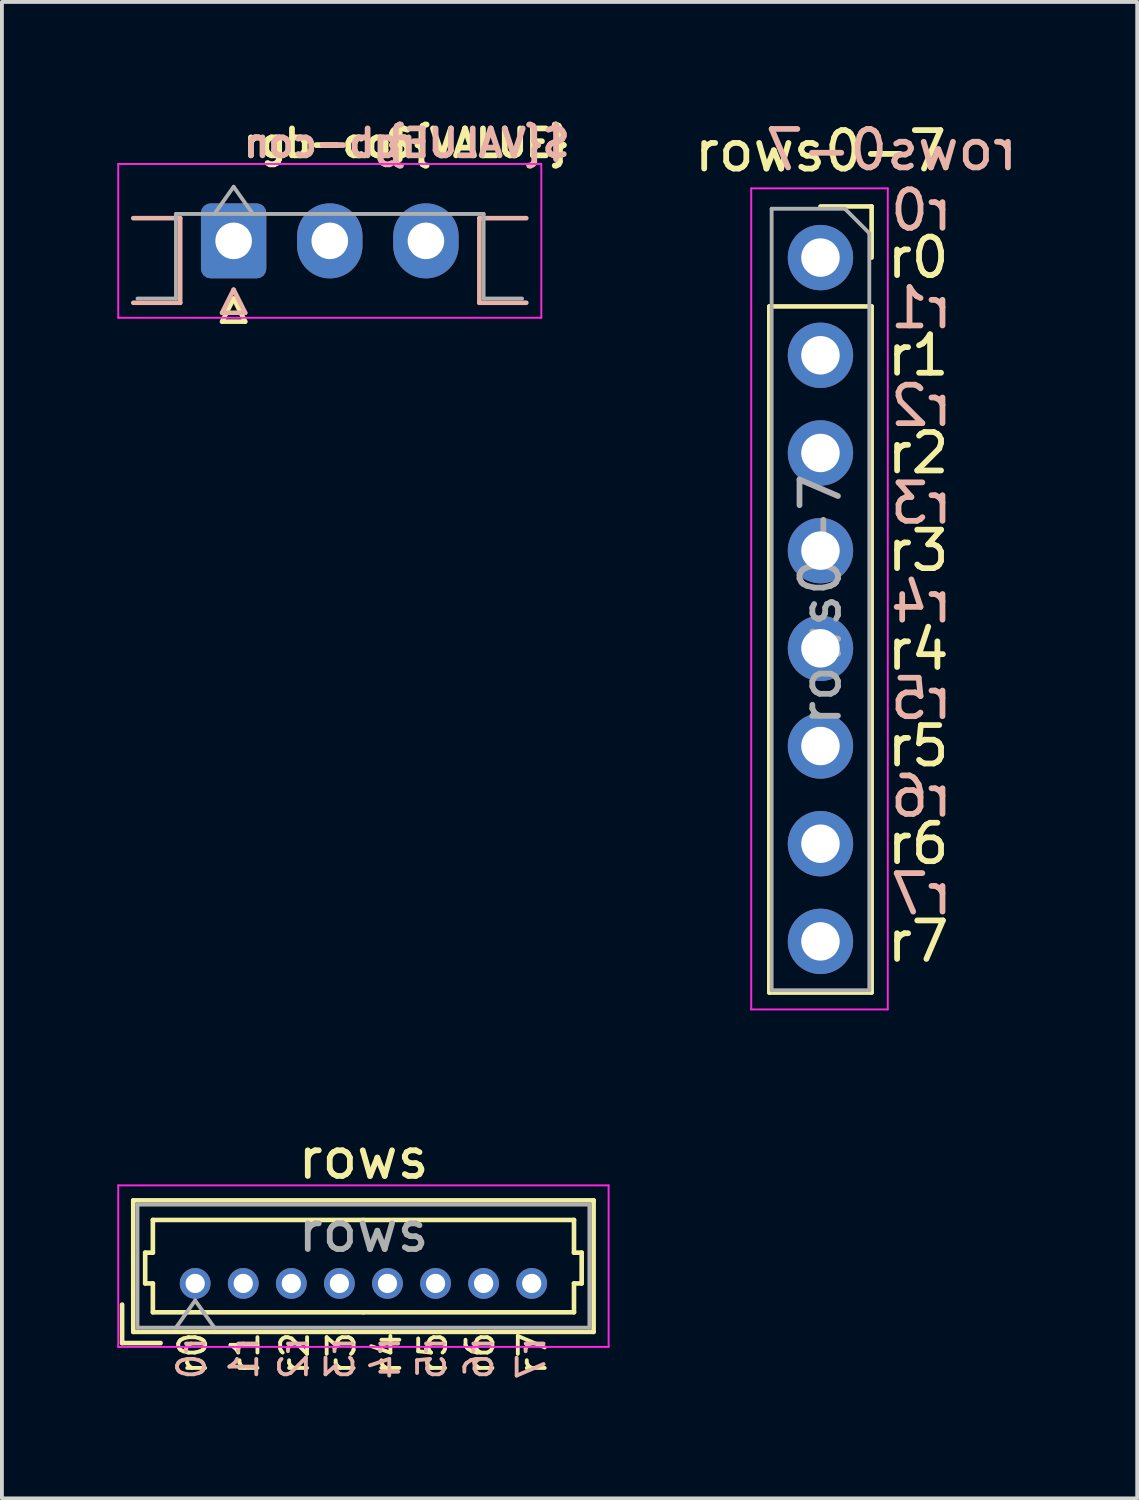
<source format=kicad_pcb>
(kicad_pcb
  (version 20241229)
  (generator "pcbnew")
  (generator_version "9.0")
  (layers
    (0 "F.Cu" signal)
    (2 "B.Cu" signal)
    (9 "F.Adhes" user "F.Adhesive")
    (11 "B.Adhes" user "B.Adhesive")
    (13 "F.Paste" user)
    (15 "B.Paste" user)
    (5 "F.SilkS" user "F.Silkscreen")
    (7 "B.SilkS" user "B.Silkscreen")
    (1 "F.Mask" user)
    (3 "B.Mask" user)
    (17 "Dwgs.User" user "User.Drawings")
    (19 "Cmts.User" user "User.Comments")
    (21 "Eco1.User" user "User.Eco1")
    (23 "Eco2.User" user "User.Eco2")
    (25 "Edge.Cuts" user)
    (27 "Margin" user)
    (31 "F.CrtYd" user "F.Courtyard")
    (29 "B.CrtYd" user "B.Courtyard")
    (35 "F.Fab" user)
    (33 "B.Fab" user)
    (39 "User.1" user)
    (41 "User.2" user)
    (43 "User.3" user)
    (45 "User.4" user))
  (footprint "rgb-con"
    (layer "F.Cu")
    (at 3.025 3.213)
    (property "Reference" "rgb-con" (at 2.5 -2.54 0) (layer "F.SilkS") (effects (font (size 0.7 0.7) (thickness 0.15))))
    (property "Value" "${VALUE}" (at 2.5 2.7 180) (layer "F.Fab") (hide yes) (effects (font (size 0.7 0.7) (thickness 0.15))))
    (attr through_hole)
    (fp_line (start -0.3 2.1) (end 0.3 2.1) (stroke (width 0.12) (type solid)) (layer "F.SilkS"))
    (fp_line (start 0 1.5) (end -0.3 2.1) (stroke (width 0.12) (type solid)) (layer "F.SilkS"))
    (fp_line (start 0.3 2.1) (end 0 1.5) (stroke (width 0.12) (type solid)) (layer "F.SilkS"))
    (fp_line (start -1.39 -0.59) (end -2.61 -0.59) (stroke (width 0.12) (type solid)) (layer "B.SilkS"))
    (fp_line (start -1.39 -0.59) (end -1.39 1.61) (stroke (width 0.12) (type solid)) (layer "B.SilkS"))
    (fp_line (start -1.39 1.61) (end -2.61 1.61) (stroke (width 0.12) (type solid)) (layer "B.SilkS"))
    (fp_line (start -0.3 1.87) (end 0.3 1.87) (stroke (width 0.12) (type solid)) (layer "B.SilkS"))
    (fp_line (start 0 1.27) (end -0.3 1.87) (stroke (width 0.12) (type solid)) (layer "B.SilkS"))
    (fp_line (start 0.3 1.87) (end 0 1.27) (stroke (width 0.12) (type solid)) (layer "B.SilkS"))
    (fp_line (start 6.39 -0.59) (end 7.61 -0.59) (stroke (width 0.12) (type solid)) (layer "B.SilkS"))
    (fp_line (start 6.39 1.61) (end 6.39 -0.59) (stroke (width 0.12) (type solid)) (layer "B.SilkS"))
    (fp_line (start 7.61 1.61) (end 6.39 1.61) (stroke (width 0.12) (type solid)) (layer "B.SilkS"))
    (fp_line (start -3 -2) (end -3 2) (stroke (width 0.05) (type solid)) (layer "F.CrtYd"))
    (fp_line (start -3 2) (end 8 2) (stroke (width 0.05) (type solid)) (layer "F.CrtYd"))
    (fp_line (start 8 -2) (end -3 -2) (stroke (width 0.05) (type solid)) (layer "F.CrtYd"))
    (fp_line (start 8 2) (end 8 -2) (stroke (width 0.05) (type solid)) (layer "F.CrtYd"))
    (fp_line (start -1.5 -0.7) (end -1.5 1.5) (stroke (width 0.1) (type solid)) (layer "F.Fab"))
    (fp_line (start -1.5 1.5) (end -2.5 1.5) (stroke (width 0.1) (type solid)) (layer "F.Fab"))
    (fp_line (start -0.5 -0.7) (end 0 -1.407) (stroke (width 0.1) (type solid)) (layer "F.Fab"))
    (fp_line (start 0 -1.407) (end 0.5 -0.7) (stroke (width 0.1) (type solid)) (layer "F.Fab"))
    (fp_line (start 6.5 -0.7) (end -1.5 -0.7) (stroke (width 0.1) (type solid)) (layer "F.Fab"))
    (fp_line (start 6.5 1.5) (end 6.5 -0.7) (stroke (width 0.1) (type solid)) (layer "F.Fab"))
    (fp_line (start 7.5 1.5) (end 6.5 1.5) (stroke (width 0.1) (type solid)) (layer "F.Fab"))
    (fp_text user "${VALUE}" (at 6.35 -2.54 0) (layer "F.SilkS") (effects (font (size 0.7 0.7) (thickness 0.15))))
    (fp_text user "${VALUE}" (at 6.35 -2.54 0) (layer "B.SilkS") (effects (font (size 0.7 0.7) (thickness 0.15)) (justify mirror)))
    (fp_text user "${REFERENCE}" (at 2.5 -2.54 0) (layer "B.SilkS") (effects (font (size 0.7 0.7) (thickness 0.15)) (justify mirror)))
    (pad "1" thru_hole roundrect (at 0 0) (size 1.7 1.95) (drill 0.95) (layers "*.Cu" "*.Mask") (roundrect_rratio 0.147))
    (pad "2" thru_hole oval (at 2.5 0) (size 1.7 1.95) (drill 0.95) (layers "*.Cu" "*.Mask"))
    (pad "3" thru_hole oval (at 5 0) (size 1.7 1.95) (drill 0.95) (layers "*.Cu" "*.Mask")))
  (footprint "rows"
    (layer "F.Cu")
    (at 2.025 30.322)
    (property "Reference" "rows" (at 4.38 -3.25 0) (layer "F.SilkS") (effects (font (size 1 1) (thickness 0.15))))
    (attr through_hole)
    (fp_line (start -1.9 1.55) (end -1.9 0.55) (stroke (width 0.12) (type solid)) (layer "F.SilkS"))
    (fp_line (start -1.9 1.55) (end -0.9 1.55) (stroke (width 0.12) (type solid)) (layer "F.SilkS"))
    (fp_line (start -1.61 -2.16) (end -1.61 1.26) (stroke (width 0.12) (type solid)) (layer "F.SilkS"))
    (fp_line (start -1.61 1.26) (end 10.36 1.26) (stroke (width 0.12) (type solid)) (layer "F.SilkS"))
    (fp_line (start -1.3 -0.8) (end -1.1 -0.8) (stroke (width 0.12) (type solid)) (layer "F.SilkS"))
    (fp_line (start -1.3 0) (end -1.3 -0.8) (stroke (width 0.12) (type solid)) (layer "F.SilkS"))
    (fp_line (start -1.1 -1.65) (end 4.375 -1.65) (stroke (width 0.12) (type solid)) (layer "F.SilkS"))
    (fp_line (start -1.1 -0.8) (end -1.1 -1.65) (stroke (width 0.12) (type solid)) (layer "F.SilkS"))
    (fp_line (start -1.1 0) (end -1.3 0) (stroke (width 0.12) (type solid)) (layer "F.SilkS"))
    (fp_line (start -1.1 0.75) (end -1.1 0) (stroke (width 0.12) (type solid)) (layer "F.SilkS"))
    (fp_line (start 4.375 0.75) (end -1.1 0.75) (stroke (width 0.12) (type solid)) (layer "F.SilkS"))
    (fp_line (start 4.375 0.75) (end 9.85 0.75) (stroke (width 0.12) (type solid)) (layer "F.SilkS"))
    (fp_line (start 9.85 -1.65) (end 4.375 -1.65) (stroke (width 0.12) (type solid)) (layer "F.SilkS"))
    (fp_line (start 9.85 -0.8) (end 9.85 -1.65) (stroke (width 0.12) (type solid)) (layer "F.SilkS"))
    (fp_line (start 9.85 0) (end 10.05 0) (stroke (width 0.12) (type solid)) (layer "F.SilkS"))
    (fp_line (start 9.85 0.75) (end 9.85 0) (stroke (width 0.12) (type solid)) (layer "F.SilkS"))
    (fp_line (start 10.05 -0.8) (end 9.85 -0.8) (stroke (width 0.12) (type solid)) (layer "F.SilkS"))
    (fp_line (start 10.05 0) (end 10.05 -0.8) (stroke (width 0.12) (type solid)) (layer "F.SilkS"))
    (fp_line (start 10.36 -2.16) (end -1.61 -2.16) (stroke (width 0.12) (type solid)) (layer "F.SilkS"))
    (fp_line (start 10.36 1.26) (end 10.36 -2.16) (stroke (width 0.12) (type solid)) (layer "F.SilkS"))
    (fp_line (start -2 -2.55) (end -2 1.65) (stroke (width 0.05) (type solid)) (layer "F.CrtYd"))
    (fp_line (start -2 1.65) (end 10.75 1.65) (stroke (width 0.05) (type solid)) (layer "F.CrtYd"))
    (fp_line (start 10.75 -2.55) (end -2 -2.55) (stroke (width 0.05) (type solid)) (layer "F.CrtYd"))
    (fp_line (start 10.75 1.65) (end 10.75 -2.55) (stroke (width 0.05) (type solid)) (layer "F.CrtYd"))
    (fp_line (start -1.5 -2.05) (end -1.5 1.15) (stroke (width 0.1) (type solid)) (layer "F.Fab"))
    (fp_line (start -1.5 1.15) (end 10.25 1.15) (stroke (width 0.1) (type solid)) (layer "F.Fab"))
    (fp_line (start -0.5 1.15) (end 0 0.443) (stroke (width 0.1) (type solid)) (layer "F.Fab"))
    (fp_line (start 0 0.443) (end 0.5 1.15) (stroke (width 0.1) (type solid)) (layer "F.Fab"))
    (fp_line (start 10.25 -2.05) (end -1.5 -2.05) (stroke (width 0.1) (type solid)) (layer "F.Fab"))
    (fp_line (start 10.25 1.15) (end 10.25 -2.05) (stroke (width 0.1) (type solid)) (layer "F.Fab"))
    (fp_text user "r1" (at 1.71 2.43 90) (unlocked yes) (layer "F.SilkS") (effects (font (size 0.7 0.7) (thickness 0.1)) (justify left bottom)))
    (fp_text user "r2" (at 3 2.43 90) (unlocked yes) (layer "F.SilkS") (effects (font (size 0.7 0.7) (thickness 0.1)) (justify left bottom)))
    (fp_text user "r5" (at 6.59 2.43 90) (unlocked yes) (layer "F.SilkS") (effects (font (size 0.7 0.7) (thickness 0.1)) (justify left bottom)))
    (fp_text user "r7" (at 9.18 2.43 90) (unlocked yes) (layer "F.SilkS") (effects (font (size 0.7 0.7) (thickness 0.1)) (justify left bottom)))
    (fp_text user "r4" (at 5.4 2.43 90) (unlocked yes) (layer "F.SilkS") (effects (font (size 0.7 0.7) (thickness 0.1)) (justify left bottom)))
    (fp_text user "r3" (at 4.21 2.43 90) (unlocked yes) (layer "F.SilkS") (effects (font (size 0.7 0.7) (thickness 0.1)) (justify left bottom)))
    (fp_text user "r6" (at 7.82 2.43 90) (unlocked yes) (layer "F.SilkS") (effects (font (size 0.7 0.7) (thickness 0.1)) (justify left bottom)))
    (fp_text user "r0" (at 0.35 2.43 90) (unlocked yes) (layer "F.SilkS") (effects (font (size 0.7 0.7) (thickness 0.1)) (justify left bottom)))
    (fp_text user "r3" (at 4.18 1.33 90) (unlocked yes) (layer "B.SilkS") (effects (font (size 0.7 0.7) (thickness 0.1)) (justify left bottom mirror)))
    (fp_text user "r4" (at 5.37 1.33 90) (unlocked yes) (layer "B.SilkS") (effects (font (size 0.7 0.7) (thickness 0.1)) (justify left bottom mirror)))
    (fp_text user "r5" (at 6.56 1.33 90) (unlocked yes) (layer "B.SilkS") (effects (font (size 0.7 0.7) (thickness 0.1)) (justify left bottom mirror)))
    (fp_text user "r2" (at 2.97 1.33 90) (unlocked yes) (layer "B.SilkS") (effects (font (size 0.7 0.7) (thickness 0.1)) (justify left bottom mirror)))
    (fp_text user "r7" (at 9.15 1.33 90) (unlocked yes) (layer "B.SilkS") (effects (font (size 0.7 0.7) (thickness 0.1)) (justify left bottom mirror)))
    (fp_text user "r1" (at 1.68 1.33 90) (unlocked yes) (layer "B.SilkS") (effects (font (size 0.7 0.7) (thickness 0.1)) (justify left bottom mirror)))
    (fp_text user "r6" (at 7.79 1.33 90) (unlocked yes) (layer "B.SilkS") (effects (font (size 0.7 0.7) (thickness 0.1)) (justify left bottom mirror)))
    (fp_text user "r0" (at 0.32 1.33 90) (unlocked yes) (layer "B.SilkS") (effects (font (size 0.7 0.7) (thickness 0.1)) (justify left bottom mirror)))
    (fp_text user "${REFERENCE}" (at 4.38 -1.35 0) (layer "F.Fab") (effects (font (size 1 1) (thickness 0.15))))
    (pad "1" thru_hole circle (at 0 0) (size 0.8 0.8) (drill 0.5) (layers "*.Cu" "*.Mask"))
    (pad "2" thru_hole circle (at 1.25 0) (size 0.8 0.8) (drill 0.5) (layers "*.Cu" "*.Mask"))
    (pad "3" thru_hole circle (at 2.5 0) (size 0.8 0.8) (drill 0.5) (layers "*.Cu" "*.Mask"))
    (pad "4" thru_hole circle (at 3.75 0) (size 0.8 0.8) (drill 0.5) (layers "*.Cu" "*.Mask"))
    (pad "5" thru_hole circle (at 5 0) (size 0.8 0.8) (drill 0.5) (layers "*.Cu" "*.Mask"))
    (pad "6" thru_hole circle (at 6.25 0) (size 0.8 0.8) (drill 0.5) (layers "*.Cu" "*.Mask"))
    (pad "7" thru_hole circle (at 7.5 0) (size 0.8 0.8) (drill 0.5) (layers "*.Cu" "*.Mask"))
    (pad "8" thru_hole circle (at 8.75 0) (size 0.8 0.8) (drill 0.5) (layers "*.Cu" "*.Mask")))
  (footprint "rows0-7"
    (layer "F.Cu")
    (at 18.284 3.648)
    (property "Reference" "rows0-7" (at 0 -2.77 0) (layer "F.SilkS") (effects (font (size 1 1) (thickness 0.15))))
    (attr through_hole)
    (fp_line (start -1.33 1.27) (end -1.33 19.11) (stroke (width 0.12) (type solid)) (layer "F.SilkS"))
    (fp_line (start -1.33 1.27) (end 1.33 1.27) (stroke (width 0.12) (type solid)) (layer "F.SilkS"))
    (fp_line (start -1.33 19.11) (end 1.33 19.11) (stroke (width 0.12) (type solid)) (layer "F.SilkS"))
    (fp_line (start 0 -1.33) (end 1.33 -1.33) (stroke (width 0.12) (type solid)) (layer "F.SilkS"))
    (fp_line (start 1.33 -1.33) (end 1.33 0) (stroke (width 0.12) (type solid)) (layer "F.SilkS"))
    (fp_line (start 1.33 1.27) (end 1.33 19.11) (stroke (width 0.12) (type solid)) (layer "F.SilkS"))
    (fp_line (start -1.8 -1.8) (end 1.75 -1.8) (stroke (width 0.05) (type solid)) (layer "F.CrtYd"))
    (fp_line (start -1.8 19.55) (end -1.8 -1.8) (stroke (width 0.05) (type solid)) (layer "F.CrtYd"))
    (fp_line (start 1.75 -1.8) (end 1.75 19.55) (stroke (width 0.05) (type solid)) (layer "F.CrtYd"))
    (fp_line (start 1.75 19.55) (end -1.8 19.55) (stroke (width 0.05) (type solid)) (layer "F.CrtYd"))
    (fp_line (start -1.27 -1.27) (end 0.635 -1.27) (stroke (width 0.1) (type solid)) (layer "F.Fab"))
    (fp_line (start -1.27 19.05) (end -1.27 -1.27) (stroke (width 0.1) (type solid)) (layer "F.Fab"))
    (fp_line (start 0.635 -1.27) (end 1.27 -0.635) (stroke (width 0.1) (type solid)) (layer "F.Fab"))
    (fp_line (start 1.27 -0.635) (end 1.27 19.05) (stroke (width 0.1) (type solid)) (layer "F.Fab"))
    (fp_line (start 1.27 19.05) (end -1.27 19.05) (stroke (width 0.1) (type solid)) (layer "F.Fab"))
    (fp_text user "r6" (at 2.54 15.24 0) (unlocked yes) (layer "F.SilkS") (effects (font (size 1 1) (thickness 0.15))))
    (fp_text user "r4" (at 2.54 10.19 0) (unlocked yes) (layer "F.SilkS") (effects (font (size 1 1) (thickness 0.15))))
    (fp_text user "r1" (at 2.54 2.54 0) (unlocked yes) (layer "F.SilkS") (effects (font (size 1 1) (thickness 0.15))))
    (fp_text user "r3" (at 2.54 7.62 0) (unlocked yes) (layer "F.SilkS") (effects (font (size 1 1) (thickness 0.15))))
    (fp_text user "r7" (at 2.54 17.78 0) (unlocked yes) (layer "F.SilkS") (effects (font (size 1 1) (thickness 0.15))))
    (fp_text user "r5" (at 2.54 12.7 0) (unlocked yes) (layer "F.SilkS") (effects (font (size 1 1) (thickness 0.15))))
    (fp_text user "r0" (at 2.54 0 0) (unlocked yes) (layer "F.SilkS") (effects (font (size 1 1) (thickness 0.15))))
    (fp_text user "r2" (at 2.54 5.08 0) (unlocked yes) (layer "F.SilkS") (effects (font (size 1 1) (thickness 0.15))))
    (fp_text user "r4" (at 2.625 8.96 0) (unlocked yes) (layer "B.SilkS") (effects (font (size 1 1) (thickness 0.15)) (justify mirror)))
    (fp_text user "r5" (at 2.625 11.47 0) (unlocked yes) (layer "B.SilkS") (effects (font (size 1 1) (thickness 0.15)) (justify mirror)))
    (fp_text user "r3" (at 2.625 6.39 0) (unlocked yes) (layer "B.SilkS") (effects (font (size 1 1) (thickness 0.15)) (justify mirror)))
    (fp_text user "r2" (at 2.625 3.85 0) (unlocked yes) (layer "B.SilkS") (effects (font (size 1 1) (thickness 0.15)) (justify mirror)))
    (fp_text user "r0" (at 2.625 -1.23 0) (unlocked yes) (layer "B.SilkS") (effects (font (size 1 1) (thickness 0.15)) (justify mirror)))
    (fp_text user "${REFERENCE}" (at 1.85 -2.8 0) (layer "B.SilkS") (effects (font (size 1 1) (thickness 0.15)) (justify mirror)))
    (fp_text user "r6" (at 2.625 14.01 0) (unlocked yes) (layer "B.SilkS") (effects (font (size 1 1) (thickness 0.15)) (justify mirror)))
    (fp_text user "r1" (at 2.625 1.31 0) (unlocked yes) (layer "B.SilkS") (effects (font (size 1 1) (thickness 0.15)) (justify mirror)))
    (fp_text user "r7" (at 2.625 16.55 0) (unlocked yes) (layer "B.SilkS") (effects (font (size 1 1) (thickness 0.15)) (justify mirror)))
    (fp_text user "${REFERENCE}" (at 0 8.89 90) (layer "F.Fab") (effects (font (size 1 1) (thickness 0.15))))
    (pad "1" thru_hole circle (at 0 0) (size 1.7 1.7) (drill 1) (layers "*.Cu" "*.Mask"))
    (pad "2" thru_hole oval (at 0 2.54) (size 1.7 1.7) (drill 1) (layers "*.Cu" "*.Mask"))
    (pad "3" thru_hole oval (at 0 5.08) (size 1.7 1.7) (drill 1) (layers "*.Cu" "*.Mask"))
    (pad "4" thru_hole oval (at 0 7.62) (size 1.7 1.7) (drill 1) (layers "*.Cu" "*.Mask"))
    (pad "5" thru_hole oval (at 0 10.16) (size 1.7 1.7) (drill 1) (layers "*.Cu" "*.Mask"))
    (pad "6" thru_hole oval (at 0 12.7) (size 1.7 1.7) (drill 1) (layers "*.Cu" "*.Mask"))
    (pad "7" thru_hole oval (at 0 15.24) (size 1.7 1.7) (drill 1) (layers "*.Cu" "*.Mask"))
    (pad "8" thru_hole oval (at 0 17.78) (size 1.7 1.7) (drill 1) (layers "*.Cu" "*.Mask")))
  (gr_rect
    (start -3 -3)
    (end 26.52 35.911)
    (stroke (width 0.1) (type default))
    (fill no)
    (layer "Edge.Cuts")))
</source>
